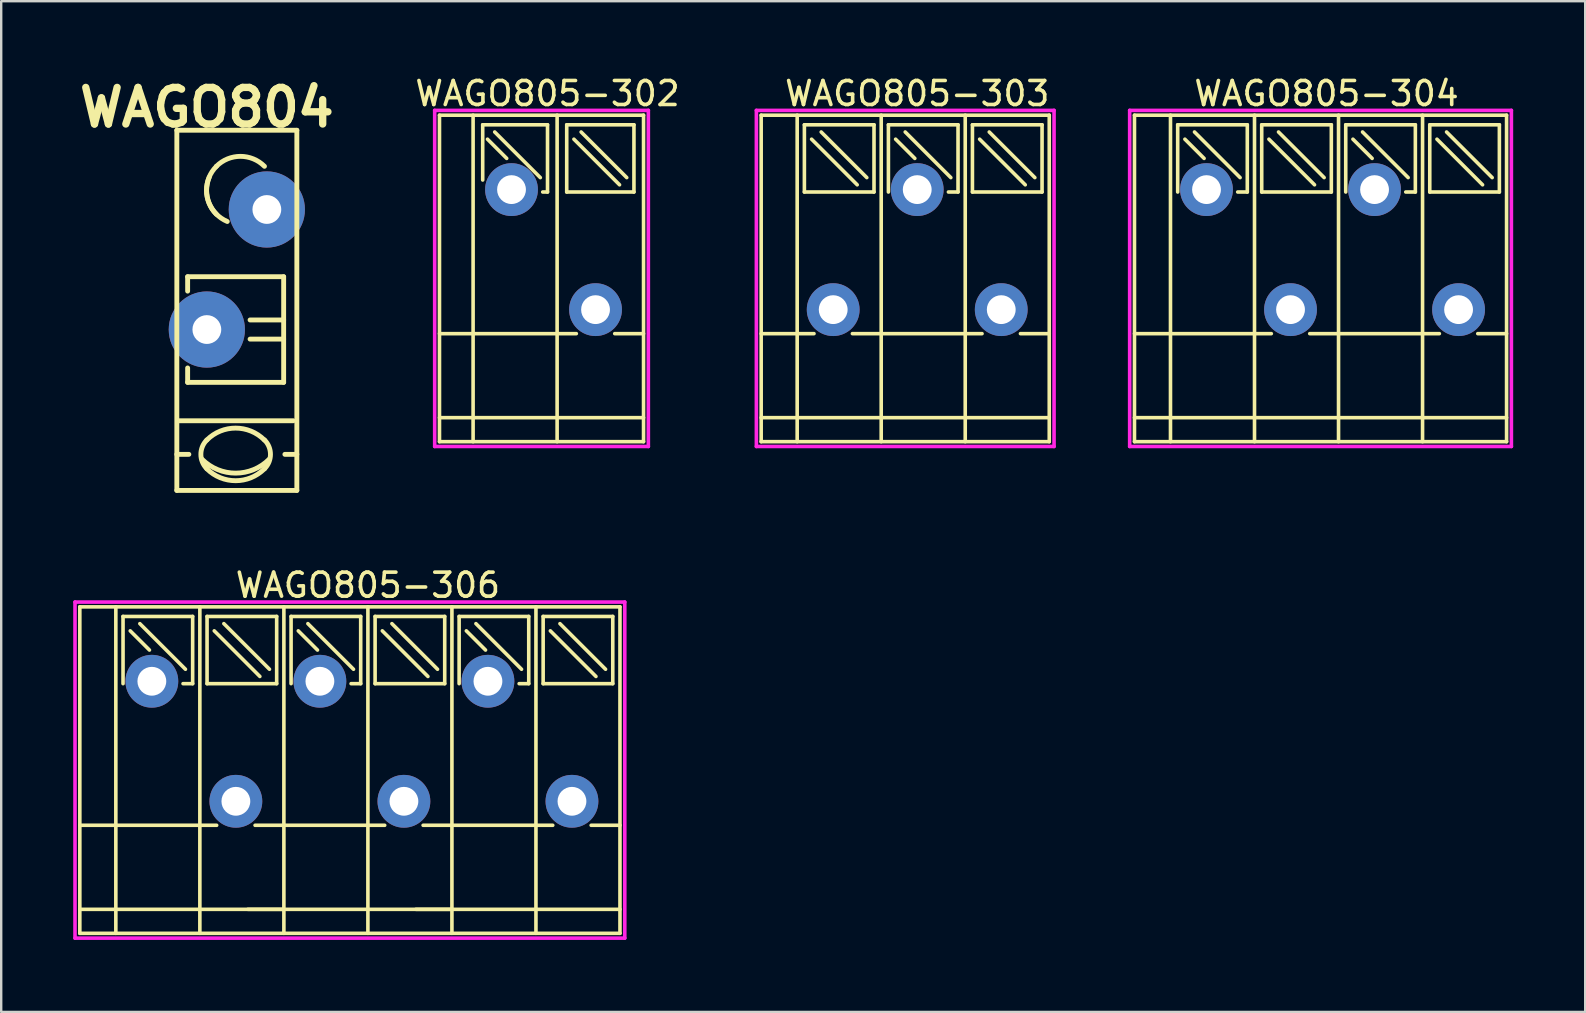
<source format=kicad_pcb>
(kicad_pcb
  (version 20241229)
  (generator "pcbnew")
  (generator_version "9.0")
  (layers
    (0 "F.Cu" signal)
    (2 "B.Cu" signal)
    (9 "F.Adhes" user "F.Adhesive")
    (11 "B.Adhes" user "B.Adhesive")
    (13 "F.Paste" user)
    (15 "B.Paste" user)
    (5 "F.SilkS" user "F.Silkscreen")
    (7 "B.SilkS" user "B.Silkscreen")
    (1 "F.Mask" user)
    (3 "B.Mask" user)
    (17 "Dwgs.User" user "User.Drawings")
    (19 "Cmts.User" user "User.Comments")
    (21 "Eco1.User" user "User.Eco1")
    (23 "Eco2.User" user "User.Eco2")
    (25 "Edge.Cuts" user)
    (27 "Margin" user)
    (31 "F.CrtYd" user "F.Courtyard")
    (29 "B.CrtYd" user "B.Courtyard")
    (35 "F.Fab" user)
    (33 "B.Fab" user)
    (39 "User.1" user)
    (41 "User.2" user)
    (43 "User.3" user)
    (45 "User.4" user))
  (footprint "WAGO805-303"
    (layer "F.Cu")
    (at 38.657 9.848)
    (property "Reference" "WAGO805-303" (at -3.5 -9 0) (layer "F.SilkS") (effects (font (size 1 1) (thickness 0.15))))
    (attr through_hole)
    (fp_line (start -10 -8.1) (end -10 5.5) (stroke (width 0.15) (type solid)) (layer "F.SilkS"))
    (fp_line (start -10 -8.1) (end 2 -8.1) (stroke (width 0.15) (type solid)) (layer "F.SilkS"))
    (fp_line (start -10 5.5) (end 2 5.5) (stroke (width 0.15) (type solid)) (layer "F.SilkS"))
    (fp_line (start -8.5 -8.1) (end -8.5 5.5) (stroke (width 0.15) (type solid)) (layer "F.SilkS"))
    (fp_line (start -8.2 -7.7) (end -8.2 -4.9) (stroke (width 0.15) (type solid)) (layer "F.SilkS"))
    (fp_line (start -8.2 -7.7) (end -5.3 -7.7) (stroke (width 0.15) (type solid)) (layer "F.SilkS"))
    (fp_line (start -8.2 -4.9) (end -5.3 -4.9) (stroke (width 0.15) (type solid)) (layer "F.SilkS"))
    (fp_line (start -7.9 -7.1) (end -6 -5.2) (stroke (width 0.15) (type solid)) (layer "F.SilkS"))
    (fp_line (start -7.8 1) (end -10 1) (stroke (width 0.15) (type solid)) (layer "F.SilkS"))
    (fp_line (start -7.5 -7.4) (end -5.6 -5.5) (stroke (width 0.15) (type solid)) (layer "F.SilkS"))
    (fp_line (start -5.3 -4.9) (end -5.3 -7.7) (stroke (width 0.15) (type solid)) (layer "F.SilkS"))
    (fp_line (start -5 5.5) (end -5 -8.1) (stroke (width 0.15) (type solid)) (layer "F.SilkS"))
    (fp_line (start -4.7 -7.7) (end -4.7 -4.9) (stroke (width 0.15) (type solid)) (layer "F.SilkS"))
    (fp_line (start -4.7 -7.7) (end -1.8 -7.7) (stroke (width 0.15) (type solid)) (layer "F.SilkS"))
    (fp_line (start -4.4 -7.1) (end -3.6 -6.3) (stroke (width 0.15) (type solid)) (layer "F.SilkS"))
    (fp_line (start -4 -7.4) (end -2.1 -5.5) (stroke (width 0.15) (type solid)) (layer "F.SilkS"))
    (fp_line (start -2.2 -4.9) (end -1.8 -4.9) (stroke (width 0.15) (type solid)) (layer "F.SilkS"))
    (fp_line (start -1.8 -4.9) (end -1.8 -7.7) (stroke (width 0.15) (type solid)) (layer "F.SilkS"))
    (fp_line (start -1.5 -8.1) (end -1.5 5.5) (stroke (width 0.15) (type solid)) (layer "F.SilkS"))
    (fp_line (start -1.2 -7.7) (end -1.2 -4.9) (stroke (width 0.15) (type solid)) (layer "F.SilkS"))
    (fp_line (start -1.2 -7.7) (end 1.7 -7.7) (stroke (width 0.15) (type solid)) (layer "F.SilkS"))
    (fp_line (start -1.2 -4.9) (end 1.7 -4.9) (stroke (width 0.15) (type solid)) (layer "F.SilkS"))
    (fp_line (start -0.9 -7.1) (end 1 -5.2) (stroke (width 0.15) (type solid)) (layer "F.SilkS"))
    (fp_line (start -0.8 1) (end -6.2 1) (stroke (width 0.15) (type solid)) (layer "F.SilkS"))
    (fp_line (start -0.5 -7.4) (end 1.4 -5.5) (stroke (width 0.15) (type solid)) (layer "F.SilkS"))
    (fp_line (start 1.7 -4.9) (end 1.7 -7.7) (stroke (width 0.15) (type solid)) (layer "F.SilkS"))
    (fp_line (start 2 1) (end 0.8 1) (stroke (width 0.15) (type solid)) (layer "F.SilkS"))
    (fp_line (start 2 4.5) (end -10 4.5) (stroke (width 0.15) (type solid)) (layer "F.SilkS"))
    (fp_line (start 2 5.5) (end 2 -8.1) (stroke (width 0.15) (type solid)) (layer "F.SilkS"))
    (fp_line (start -10.2 -8.3) (end 2.2 -8.3) (stroke (width 0.15) (type solid)) (layer "F.CrtYd"))
    (fp_line (start -10.2 5.7) (end -10.2 -8.3) (stroke (width 0.15) (type solid)) (layer "F.CrtYd"))
    (fp_line (start 2.2 -8.3) (end 2.2 5.7) (stroke (width 0.15) (type solid)) (layer "F.CrtYd"))
    (fp_line (start 2.2 5.7) (end -10.2 5.7) (stroke (width 0.15) (type solid)) (layer "F.CrtYd"))
    (pad "1" thru_hole circle (at 0 0) (size 2.2 2.2) (drill 1.2) (layers "*.Cu" "*.Mask"))
    (pad "2" thru_hole circle (at -3.5 -5) (size 2.2 2.2) (drill 1.2) (layers "*.Cu" "*.Mask"))
    (pad "3" thru_hole circle (at -7 0) (size 2.2 2.2) (drill 1.2) (layers "*.Cu" "*.Mask")))
  (footprint "WAGO805-306"
    (layer "F.Cu")
    (at 20.775 30.328)
    (property "Reference" "WAGO805-306" (at -8.5 -9 0) (layer "F.SilkS") (effects (font (size 1 1) (thickness 0.15))))
    (attr through_hole)
    (fp_line (start -20.5 -8.1) (end -20.5 5.5) (stroke (width 0.15) (type solid)) (layer "F.SilkS"))
    (fp_line (start -20.5 -8.1) (end 2 -8.1) (stroke (width 0.15) (type solid)) (layer "F.SilkS"))
    (fp_line (start -20.5 5.5) (end 2 5.5) (stroke (width 0.15) (type solid)) (layer "F.SilkS"))
    (fp_line (start -19 5.5) (end -19 -8.1) (stroke (width 0.15) (type solid)) (layer "F.SilkS"))
    (fp_line (start -18.7 -7.7) (end -18.7 -4.9) (stroke (width 0.15) (type solid)) (layer "F.SilkS"))
    (fp_line (start -18.7 -7.7) (end -15.8 -7.7) (stroke (width 0.15) (type solid)) (layer "F.SilkS"))
    (fp_line (start -18.4 -7.1) (end -17.6 -6.3) (stroke (width 0.15) (type solid)) (layer "F.SilkS"))
    (fp_line (start -18 -7.4) (end -16.1 -5.5) (stroke (width 0.15) (type solid)) (layer "F.SilkS"))
    (fp_line (start -15.8 -4.9) (end -16.2 -4.9) (stroke (width 0.15) (type solid)) (layer "F.SilkS"))
    (fp_line (start -15.8 -4.9) (end -15.8 -7.7) (stroke (width 0.15) (type solid)) (layer "F.SilkS"))
    (fp_line (start -15.5 -8.1) (end -15.5 5.5) (stroke (width 0.15) (type solid)) (layer "F.SilkS"))
    (fp_line (start -15.2 -7.7) (end -15.2 -4.9) (stroke (width 0.15) (type solid)) (layer "F.SilkS"))
    (fp_line (start -15.2 -7.7) (end -12.3 -7.7) (stroke (width 0.15) (type solid)) (layer "F.SilkS"))
    (fp_line (start -15.2 -4.9) (end -12.3 -4.9) (stroke (width 0.15) (type solid)) (layer "F.SilkS"))
    (fp_line (start -14.9 -7.1) (end -13 -5.2) (stroke (width 0.15) (type solid)) (layer "F.SilkS"))
    (fp_line (start -14.8 1) (end -20.5 1) (stroke (width 0.15) (type solid)) (layer "F.SilkS"))
    (fp_line (start -14.5 -7.4) (end -12.6 -5.5) (stroke (width 0.15) (type solid)) (layer "F.SilkS"))
    (fp_line (start -12.3 -4.9) (end -12.3 -7.7) (stroke (width 0.15) (type solid)) (layer "F.SilkS"))
    (fp_line (start -12 4.5) (end -20.5 4.5) (stroke (width 0.15) (type solid)) (layer "F.SilkS"))
    (fp_line (start -12 5.5) (end -12 -8.1) (stroke (width 0.15) (type solid)) (layer "F.SilkS"))
    (fp_line (start -11.7 -7.7) (end -11.7 -4.9) (stroke (width 0.15) (type solid)) (layer "F.SilkS"))
    (fp_line (start -11.7 -7.7) (end -8.8 -7.7) (stroke (width 0.15) (type solid)) (layer "F.SilkS"))
    (fp_line (start -11.4 -7.1) (end -10.6 -6.3) (stroke (width 0.15) (type solid)) (layer "F.SilkS"))
    (fp_line (start -11 -7.4) (end -9.1 -5.5) (stroke (width 0.15) (type solid)) (layer "F.SilkS"))
    (fp_line (start -9.2 -4.9) (end -8.8 -4.9) (stroke (width 0.15) (type solid)) (layer "F.SilkS"))
    (fp_line (start -8.8 -4.9) (end -8.8 -7.7) (stroke (width 0.15) (type solid)) (layer "F.SilkS"))
    (fp_line (start -8.5 -8.1) (end -8.5 5.5) (stroke (width 0.15) (type solid)) (layer "F.SilkS"))
    (fp_line (start -8.2 -7.7) (end -8.2 -4.9) (stroke (width 0.15) (type solid)) (layer "F.SilkS"))
    (fp_line (start -8.2 -7.7) (end -5.3 -7.7) (stroke (width 0.15) (type solid)) (layer "F.SilkS"))
    (fp_line (start -8.2 -4.9) (end -5.3 -4.9) (stroke (width 0.15) (type solid)) (layer "F.SilkS"))
    (fp_line (start -7.9 -7.1) (end -6 -5.2) (stroke (width 0.15) (type solid)) (layer "F.SilkS"))
    (fp_line (start -7.8 1) (end -13.2 1) (stroke (width 0.15) (type solid)) (layer "F.SilkS"))
    (fp_line (start -7.5 -7.4) (end -5.6 -5.5) (stroke (width 0.15) (type solid)) (layer "F.SilkS"))
    (fp_line (start -5.3 -4.9) (end -5.3 -7.7) (stroke (width 0.15) (type solid)) (layer "F.SilkS"))
    (fp_line (start -5 4.5) (end -13.5 4.5) (stroke (width 0.15) (type solid)) (layer "F.SilkS"))
    (fp_line (start -5 5.5) (end -5 -8.1) (stroke (width 0.15) (type solid)) (layer "F.SilkS"))
    (fp_line (start -4.7 -7.7) (end -4.7 -4.9) (stroke (width 0.15) (type solid)) (layer "F.SilkS"))
    (fp_line (start -4.7 -7.7) (end -1.8 -7.7) (stroke (width 0.15) (type solid)) (layer "F.SilkS"))
    (fp_line (start -4.4 -7.1) (end -3.6 -6.3) (stroke (width 0.15) (type solid)) (layer "F.SilkS"))
    (fp_line (start -4 -7.4) (end -2.1 -5.5) (stroke (width 0.15) (type solid)) (layer "F.SilkS"))
    (fp_line (start -2.2 -4.9) (end -1.8 -4.9) (stroke (width 0.15) (type solid)) (layer "F.SilkS"))
    (fp_line (start -1.8 -4.9) (end -1.8 -7.7) (stroke (width 0.15) (type solid)) (layer "F.SilkS"))
    (fp_line (start -1.5 -8.1) (end -1.5 5.5) (stroke (width 0.15) (type solid)) (layer "F.SilkS"))
    (fp_line (start -1.2 -7.7) (end -1.2 -4.9) (stroke (width 0.15) (type solid)) (layer "F.SilkS"))
    (fp_line (start -1.2 -7.7) (end 1.7 -7.7) (stroke (width 0.15) (type solid)) (layer "F.SilkS"))
    (fp_line (start -1.2 -4.9) (end 1.7 -4.9) (stroke (width 0.15) (type solid)) (layer "F.SilkS"))
    (fp_line (start -0.9 -7.1) (end 1 -5.2) (stroke (width 0.15) (type solid)) (layer "F.SilkS"))
    (fp_line (start -0.8 1) (end -6.2 1) (stroke (width 0.15) (type solid)) (layer "F.SilkS"))
    (fp_line (start -0.5 -7.4) (end 1.4 -5.5) (stroke (width 0.15) (type solid)) (layer "F.SilkS"))
    (fp_line (start 1.7 -4.9) (end 1.7 -7.7) (stroke (width 0.15) (type solid)) (layer "F.SilkS"))
    (fp_line (start 2 1) (end 0.8 1) (stroke (width 0.15) (type solid)) (layer "F.SilkS"))
    (fp_line (start 2 4.5) (end -6.5 4.5) (stroke (width 0.15) (type solid)) (layer "F.SilkS"))
    (fp_line (start 2 5.5) (end 2 -8.1) (stroke (width 0.15) (type solid)) (layer "F.SilkS"))
    (fp_line (start -20.7 -8.3) (end 2.2 -8.3) (stroke (width 0.15) (type solid)) (layer "F.CrtYd"))
    (fp_line (start -20.7 5.7) (end -20.7 -8.3) (stroke (width 0.15) (type solid)) (layer "F.CrtYd"))
    (fp_line (start 2.2 -8.3) (end 2.2 5.7) (stroke (width 0.15) (type solid)) (layer "F.CrtYd"))
    (fp_line (start 2.2 5.7) (end -20.7 5.7) (stroke (width 0.15) (type solid)) (layer "F.CrtYd"))
    (pad "1" thru_hole circle (at 0 0) (size 2.2 2.2) (drill 1.2) (layers "*.Cu" "*.Mask"))
    (pad "2" thru_hole circle (at -3.5 -5) (size 2.2 2.2) (drill 1.2) (layers "*.Cu" "*.Mask"))
    (pad "3" thru_hole circle (at -7 0) (size 2.2 2.2) (drill 1.2) (layers "*.Cu" "*.Mask"))
    (pad "4" thru_hole circle (at -10.5 -5) (size 2.2 2.2) (drill 1.2) (layers "*.Cu" "*.Mask"))
    (pad "5" thru_hole circle (at -14 0) (size 2.2 2.2) (drill 1.2) (layers "*.Cu" "*.Mask"))
    (pad "6" thru_hole circle (at -17.5 -5) (size 2.2 2.2) (drill 1.2) (layers "*.Cu" "*.Mask")))
  (footprint "WAGO805-304"
    (layer "F.Cu")
    (at 57.707 9.848)
    (property "Reference" "WAGO805-304" (at -5.5 -9 0) (layer "F.SilkS") (effects (font (size 1 1) (thickness 0.15))))
    (attr through_hole)
    (fp_line (start -13.5 -8.1) (end -13.5 5.5) (stroke (width 0.15) (type solid)) (layer "F.SilkS"))
    (fp_line (start -13.5 -8.1) (end 2 -8.1) (stroke (width 0.15) (type solid)) (layer "F.SilkS"))
    (fp_line (start -13.5 5.5) (end 2 5.5) (stroke (width 0.15) (type solid)) (layer "F.SilkS"))
    (fp_line (start -12 5.5) (end -12 -8.1) (stroke (width 0.15) (type solid)) (layer "F.SilkS"))
    (fp_line (start -11.7 -7.7) (end -11.7 -4.9) (stroke (width 0.15) (type solid)) (layer "F.SilkS"))
    (fp_line (start -11.7 -7.7) (end -8.8 -7.7) (stroke (width 0.15) (type solid)) (layer "F.SilkS"))
    (fp_line (start -11.4 -7.1) (end -10.6 -6.3) (stroke (width 0.15) (type solid)) (layer "F.SilkS"))
    (fp_line (start -11 -7.4) (end -9.1 -5.5) (stroke (width 0.15) (type solid)) (layer "F.SilkS"))
    (fp_line (start -9.2 -4.9) (end -8.8 -4.9) (stroke (width 0.15) (type solid)) (layer "F.SilkS"))
    (fp_line (start -8.8 -4.9) (end -8.8 -7.7) (stroke (width 0.15) (type solid)) (layer "F.SilkS"))
    (fp_line (start -8.5 -8.1) (end -8.5 5.5) (stroke (width 0.15) (type solid)) (layer "F.SilkS"))
    (fp_line (start -8.2 -7.7) (end -8.2 -4.9) (stroke (width 0.15) (type solid)) (layer "F.SilkS"))
    (fp_line (start -8.2 -7.7) (end -5.3 -7.7) (stroke (width 0.15) (type solid)) (layer "F.SilkS"))
    (fp_line (start -8.2 -4.9) (end -5.3 -4.9) (stroke (width 0.15) (type solid)) (layer "F.SilkS"))
    (fp_line (start -7.9 -7.1) (end -6 -5.2) (stroke (width 0.15) (type solid)) (layer "F.SilkS"))
    (fp_line (start -7.8 1) (end -13.5 1) (stroke (width 0.15) (type solid)) (layer "F.SilkS"))
    (fp_line (start -7.5 -7.4) (end -5.6 -5.5) (stroke (width 0.15) (type solid)) (layer "F.SilkS"))
    (fp_line (start -5.3 -4.9) (end -5.3 -7.7) (stroke (width 0.15) (type solid)) (layer "F.SilkS"))
    (fp_line (start -5 5.5) (end -5 -8.1) (stroke (width 0.15) (type solid)) (layer "F.SilkS"))
    (fp_line (start -4.7 -7.7) (end -4.7 -4.9) (stroke (width 0.15) (type solid)) (layer "F.SilkS"))
    (fp_line (start -4.7 -7.7) (end -1.8 -7.7) (stroke (width 0.15) (type solid)) (layer "F.SilkS"))
    (fp_line (start -4.4 -7.1) (end -3.6 -6.3) (stroke (width 0.15) (type solid)) (layer "F.SilkS"))
    (fp_line (start -4 -7.4) (end -2.1 -5.5) (stroke (width 0.15) (type solid)) (layer "F.SilkS"))
    (fp_line (start -2.2 -4.9) (end -1.8 -4.9) (stroke (width 0.15) (type solid)) (layer "F.SilkS"))
    (fp_line (start -1.8 -4.9) (end -1.8 -7.7) (stroke (width 0.15) (type solid)) (layer "F.SilkS"))
    (fp_line (start -1.5 -8.1) (end -1.5 5.5) (stroke (width 0.15) (type solid)) (layer "F.SilkS"))
    (fp_line (start -1.2 -7.7) (end -1.2 -4.9) (stroke (width 0.15) (type solid)) (layer "F.SilkS"))
    (fp_line (start -1.2 -7.7) (end 1.7 -7.7) (stroke (width 0.15) (type solid)) (layer "F.SilkS"))
    (fp_line (start -1.2 -4.9) (end 1.7 -4.9) (stroke (width 0.15) (type solid)) (layer "F.SilkS"))
    (fp_line (start -0.9 -7.1) (end 1 -5.2) (stroke (width 0.15) (type solid)) (layer "F.SilkS"))
    (fp_line (start -0.8 1) (end -6.2 1) (stroke (width 0.15) (type solid)) (layer "F.SilkS"))
    (fp_line (start -0.5 -7.4) (end 1.4 -5.5) (stroke (width 0.15) (type solid)) (layer "F.SilkS"))
    (fp_line (start 1.7 -4.9) (end 1.7 -7.7) (stroke (width 0.15) (type solid)) (layer "F.SilkS"))
    (fp_line (start 2 1) (end 0.8 1) (stroke (width 0.15) (type solid)) (layer "F.SilkS"))
    (fp_line (start 2 4.5) (end -13.5 4.5) (stroke (width 0.15) (type solid)) (layer "F.SilkS"))
    (fp_line (start 2 5.5) (end 2 -8.1) (stroke (width 0.15) (type solid)) (layer "F.SilkS"))
    (fp_line (start -13.7 -8.3) (end 2.2 -8.3) (stroke (width 0.15) (type solid)) (layer "F.CrtYd"))
    (fp_line (start -13.7 5.7) (end -13.7 -8.3) (stroke (width 0.15) (type solid)) (layer "F.CrtYd"))
    (fp_line (start 2.2 -8.3) (end 2.2 5.7) (stroke (width 0.15) (type solid)) (layer "F.CrtYd"))
    (fp_line (start 2.2 5.7) (end -13.7 5.7) (stroke (width 0.15) (type solid)) (layer "F.CrtYd"))
    (pad "1" thru_hole circle (at 0 0) (size 2.2 2.2) (drill 1.2) (layers "*.Cu" "*.Mask"))
    (pad "2" thru_hole circle (at -3.5 -5) (size 2.2 2.2) (drill 1.2) (layers "*.Cu" "*.Mask"))
    (pad "3" thru_hole circle (at -7 0) (size 2.2 2.2) (drill 1.2) (layers "*.Cu" "*.Mask"))
    (pad "4" thru_hole circle (at -10.5 -5) (size 2.2 2.2) (drill 1.2) (layers "*.Cu" "*.Mask")))
  (footprint "WAGO804"
    (layer "F.Cu")
    (at 5.566 10.677)
    (property "Reference" "WAGO804" (at 0 -9.251 0) (layer "F.SilkS") (effects (font (size 1.524 1.524) (thickness 0.305))))
    (attr through_hole)
    (fp_line (start -1.25 5.199) (end -0.749 5.199) (stroke (width 0.203) (type solid)) (layer "F.SilkS"))
    (fp_line (start -1.25 6.701) (end -1.25 -8.301) (stroke (width 0.203) (type solid)) (layer "F.SilkS"))
    (fp_line (start -1.199 3.8) (end 3.599 3.8) (stroke (width 0.203) (type solid)) (layer "F.SilkS"))
    (fp_line (start -0.8 -2.2) (end -0.8 -1.6) (stroke (width 0.203) (type solid)) (layer "F.SilkS"))
    (fp_line (start -0.8 -2.2) (end 3.2 -2.2) (stroke (width 0.203) (type solid)) (layer "F.SilkS"))
    (fp_line (start -0.8 2.2) (end -0.8 1.6) (stroke (width 0.203) (type solid)) (layer "F.SilkS"))
    (fp_line (start 3.2 -2.2) (end 3.2 2.2) (stroke (width 0.203) (type solid)) (layer "F.SilkS"))
    (fp_line (start 3.2 -0.399) (end 1.801 -0.399) (stroke (width 0.203) (type solid)) (layer "F.SilkS"))
    (fp_line (start 3.2 0.399) (end 1.801 0.399) (stroke (width 0.203) (type solid)) (layer "F.SilkS"))
    (fp_line (start 3.2 2.2) (end -0.8 2.2) (stroke (width 0.203) (type solid)) (layer "F.SilkS"))
    (fp_line (start 3.749 -8.301) (end -1.25 -8.301) (stroke (width 0.203) (type solid)) (layer "F.SilkS"))
    (fp_line (start 3.749 -8.301) (end 3.749 6.701) (stroke (width 0.203) (type solid)) (layer "F.SilkS"))
    (fp_line (start 3.749 5.199) (end 3.251 5.199) (stroke (width 0.203) (type solid)) (layer "F.SilkS"))
    (fp_line (start 3.749 6.701) (end -1.25 6.701) (stroke (width 0.203) (type solid)) (layer "F.SilkS"))
    (fp_arc (start 0 4.60248) (mid 1.19888 4.105888) (end 2.39776 4.60248) (stroke (width 0.2032) (type solid)) (layer "F.SilkS"))
    (fp_arc (start 0 5.79882) (mid -0.248296 5.19938) (end 0 4.59994) (stroke (width 0.2032) (type solid)) (layer "F.SilkS"))
    (fp_arc (start 0.39878 -6.79958) (mid 1.39954 -7.214108) (end 2.4003 -6.79958) (stroke (width 0.2032) (type solid)) (layer "F.SilkS"))
    (fp_arc (start 0.39878 -4.8006) (mid -0.013952 -5.800616) (end 0.40132 -6.79958) (stroke (width 0.2032) (type solid)) (layer "F.SilkS"))
    (fp_arc (start 0.8509 -4.50088) (mid 0.093811 -5.268985) (end 0.1016 -6.34746) (stroke (width 0.2032) (type solid)) (layer "F.SilkS"))
    (fp_arc (start 2.4003 5.79882) (mid 1.200676 6.297208) (end 0 5.80136) (stroke (width 0.2032) (type solid)) (layer "F.SilkS"))
    (fp_arc (start 2.40284 4.59994) (mid 2.650392 5.201176) (end 2.4003 5.80136) (stroke (width 0.2032) (type solid)) (layer "F.SilkS"))
    (fp_arc (start 2.60096 5.40004) (mid 1.200676 5.981545) (end -0.20066 5.40258) (stroke (width 0.2032) (type solid)) (layer "F.SilkS"))
    (pad "1" thru_hole circle (at 0 0) (size 3.175 3.175) (drill 1.199) (layers "*.Cu" "*.Mask"))
    (pad "1" thru_hole circle (at 2.499 -5.001) (size 3.175 3.175) (drill 1.199) (layers "*.Cu" "*.Mask")))
  (footprint "WAGO805-302"
    (layer "F.Cu")
    (at 21.757 9.848)
    (property "Reference" "WAGO805-302" (at -2 -9 0) (layer "F.SilkS") (effects (font (size 1 1) (thickness 0.15))))
    (attr through_hole)
    (fp_line (start -6.5 -8.1) (end -6.5 5.5) (stroke (width 0.15) (type solid)) (layer "F.SilkS"))
    (fp_line (start -6.5 -8.1) (end 2 -8.1) (stroke (width 0.15) (type solid)) (layer "F.SilkS"))
    (fp_line (start -6.5 5.5) (end 2 5.5) (stroke (width 0.15) (type solid)) (layer "F.SilkS"))
    (fp_line (start -5.1 5.5) (end -5.1 -8.1) (stroke (width 0.15) (type solid)) (layer "F.SilkS"))
    (fp_line (start -4.7 -7.7) (end -4.7 -5.4) (stroke (width 0.15) (type solid)) (layer "F.SilkS"))
    (fp_line (start -4.7 -7.7) (end -2 -7.7) (stroke (width 0.15) (type solid)) (layer "F.SilkS"))
    (fp_line (start -4.5 -7.1) (end -3.7 -6.3) (stroke (width 0.15) (type solid)) (layer "F.SilkS"))
    (fp_line (start -4.2 -7.4) (end -2.3 -5.5) (stroke (width 0.15) (type solid)) (layer "F.SilkS"))
    (fp_line (start -2 -7.7) (end -2 -4.9) (stroke (width 0.15) (type solid)) (layer "F.SilkS"))
    (fp_line (start -2 -4.9) (end -2.2 -4.9) (stroke (width 0.15) (type solid)) (layer "F.SilkS"))
    (fp_line (start -1.6 -8.1) (end -1.6 5.5) (stroke (width 0.15) (type solid)) (layer "F.SilkS"))
    (fp_line (start -1.6 1) (end -6.5 1) (stroke (width 0.15) (type solid)) (layer "F.SilkS"))
    (fp_line (start -1.6 1) (end -0.8 1) (stroke (width 0.15) (type solid)) (layer "F.SilkS"))
    (fp_line (start -1.2 -7.7) (end -1.2 -4.9) (stroke (width 0.15) (type solid)) (layer "F.SilkS"))
    (fp_line (start -1.2 -7.7) (end 1.6 -7.7) (stroke (width 0.15) (type solid)) (layer "F.SilkS"))
    (fp_line (start -1.2 -4.9) (end 1.6 -4.9) (stroke (width 0.15) (type solid)) (layer "F.SilkS"))
    (fp_line (start -0.9 -7.1) (end 1 -5.2) (stroke (width 0.15) (type solid)) (layer "F.SilkS"))
    (fp_line (start -0.6 -7.4) (end 1.3 -5.5) (stroke (width 0.15) (type solid)) (layer "F.SilkS"))
    (fp_line (start 1.6 -4.9) (end 1.6 -7.7) (stroke (width 0.15) (type solid)) (layer "F.SilkS"))
    (fp_line (start 2 1) (end 0.8 1) (stroke (width 0.15) (type solid)) (layer "F.SilkS"))
    (fp_line (start 2 4.5) (end -6.5 4.5) (stroke (width 0.15) (type solid)) (layer "F.SilkS"))
    (fp_line (start 2 5.5) (end 2 -8.1) (stroke (width 0.15) (type solid)) (layer "F.SilkS"))
    (fp_line (start -6.7 -8.3) (end 2.2 -8.3) (stroke (width 0.15) (type solid)) (layer "F.CrtYd"))
    (fp_line (start -6.7 5.7) (end -6.7 -8.3) (stroke (width 0.15) (type solid)) (layer "F.CrtYd"))
    (fp_line (start 2.2 -8.3) (end 2.2 5.7) (stroke (width 0.15) (type solid)) (layer "F.CrtYd"))
    (fp_line (start 2.2 5.7) (end -6.7 5.7) (stroke (width 0.15) (type solid)) (layer "F.CrtYd"))
    (pad "1" thru_hole circle (at 0 0) (size 2.2 2.2) (drill 1.2) (layers "*.Cu" "*.Mask"))
    (pad "2" thru_hole circle (at -3.5 -5) (size 2.2 2.2) (drill 1.2) (layers "*.Cu" "*.Mask")))
  (gr_rect
    (start -3 -3)
    (end 62.982 39.103)
    (stroke (width 0.1) (type default))
    (fill no)
    (layer "Edge.Cuts")))
</source>
